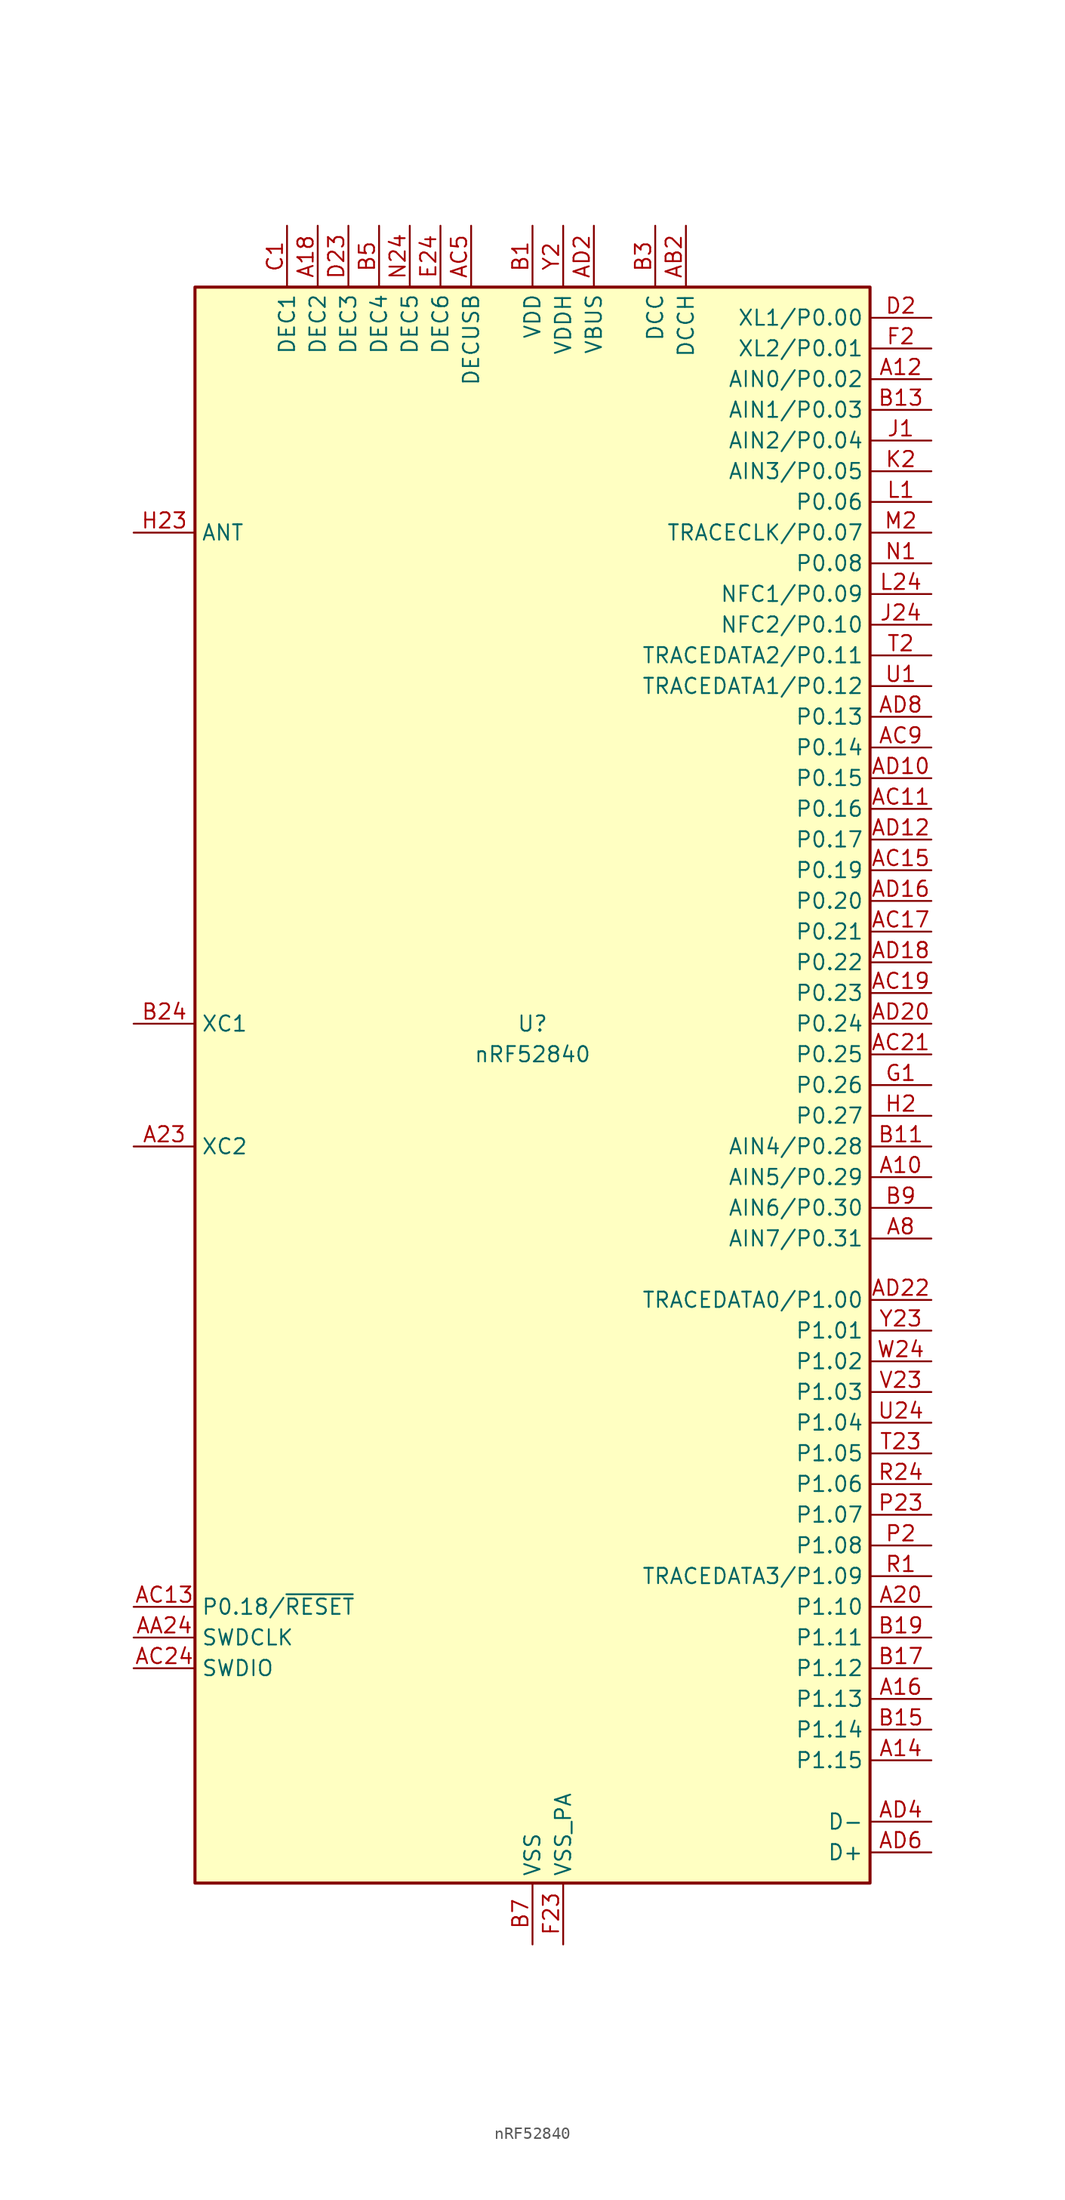
<source format=kicad_sym>
(kicad_symbol_lib
  (version 20201005)
  (generator kicad_symbol_editor)
  (symbol "nRF52840"
    (property "Reference" "U"
      (at 0 5.08 0)
      (effects (font (size 1.27 1.27))))
    (property "Value" "nRF52840"
      (at 0 2.54 0)
      (effects (font (size 1.27 1.27))))
    (symbol "nRF52840_0_1"
      (rectangle (start -27.94 66.04) (end 27.94 -66.04) (stroke (width 0.254)) (fill (type background))))
    (symbol "nRF52840_1_1"
      (pin bidirectional line (at 33.02 -7.62 180) (length 5.08) (name "AIN5/P0.29" (effects (font (size 1.27 1.27)))) (number "A10" (effects (font (size 1.27 1.27)))))
      (pin bidirectional line (at 33.02 58.42 180) (length 5.08) (name "AIN0/P0.02" (effects (font (size 1.27 1.27)))) (number "A12" (effects (font (size 1.27 1.27)))))
      (pin bidirectional line (at 33.02 -55.88 180) (length 5.08) (name "P1.15" (effects (font (size 1.27 1.27)))) (number "A14" (effects (font (size 1.27 1.27)))))
      (pin bidirectional line (at 33.02 -50.8 180) (length 5.08) (name "P1.13" (effects (font (size 1.27 1.27)))) (number "A16" (effects (font (size 1.27 1.27)))))
      (pin passive line (at -17.78 71.12 270) (length 5.08) (name "DEC2" (effects (font (size 1.27 1.27)))) (number "A18" (effects (font (size 1.27 1.27)))))
      (pin bidirectional line (at 33.02 -43.18 180) (length 5.08) (name "P1.10" (effects (font (size 1.27 1.27)))) (number "A20" (effects (font (size 1.27 1.27)))))
      (pin passive line (at 0 71.12 270) (length 5.08) hide (name "VDD" (effects (font (size 1.27 1.27)))) (number "A22" (effects (font (size 1.27 1.27)))))
      (pin input line (at -33.02 -5.08 0) (length 5.08) (name "XC2" (effects (font (size 1.27 1.27)))) (number "A23" (effects (font (size 1.27 1.27)))))
      (pin bidirectional line (at 33.02 -12.7 180) (length 5.08) (name "AIN7/P0.31" (effects (font (size 1.27 1.27)))) (number "A8" (effects (font (size 1.27 1.27)))))
      (pin input line (at -33.02 -45.72 0) (length 5.08) (name "SWDCLK" (effects (font (size 1.27 1.27)))) (number "AA24" (effects (font (size 1.27 1.27)))))
      (pin power_out line (at 12.7 71.12 270) (length 5.08) (name "DCCH" (effects (font (size 1.27 1.27)))) (number "AB2" (effects (font (size 1.27 1.27)))))
      (pin bidirectional line (at 33.02 22.86 180) (length 5.08) (name "P0.16" (effects (font (size 1.27 1.27)))) (number "AC11" (effects (font (size 1.27 1.27)))))
      (pin bidirectional line (at -33.02 -43.18 0) (length 5.08) (name "P0.18/~RESET" (effects (font (size 1.27 1.27)))) (number "AC13" (effects (font (size 1.27 1.27)))))
      (pin bidirectional line (at 33.02 17.78 180) (length 5.08) (name "P0.19" (effects (font (size 1.27 1.27)))) (number "AC15" (effects (font (size 1.27 1.27)))))
      (pin bidirectional line (at 33.02 12.7 180) (length 5.08) (name "P0.21" (effects (font (size 1.27 1.27)))) (number "AC17" (effects (font (size 1.27 1.27)))))
      (pin bidirectional line (at 33.02 7.62 180) (length 5.08) (name "P0.23" (effects (font (size 1.27 1.27)))) (number "AC19" (effects (font (size 1.27 1.27)))))
      (pin bidirectional line (at 33.02 2.54 180) (length 5.08) (name "P0.25" (effects (font (size 1.27 1.27)))) (number "AC21" (effects (font (size 1.27 1.27)))))
      (pin bidirectional line (at -33.02 -48.26 0) (length 5.08) (name "SWDIO" (effects (font (size 1.27 1.27)))) (number "AC24" (effects (font (size 1.27 1.27)))))
      (pin passive line (at -5.08 71.12 270) (length 5.08) (name "DECUSB" (effects (font (size 1.27 1.27)))) (number "AC5" (effects (font (size 1.27 1.27)))))
      (pin bidirectional line (at 33.02 27.94 180) (length 5.08) (name "P0.14" (effects (font (size 1.27 1.27)))) (number "AC9" (effects (font (size 1.27 1.27)))))
      (pin bidirectional line (at 33.02 25.4 180) (length 5.08) (name "P0.15" (effects (font (size 1.27 1.27)))) (number "AD10" (effects (font (size 1.27 1.27)))))
      (pin bidirectional line (at 33.02 20.32 180) (length 5.08) (name "P0.17" (effects (font (size 1.27 1.27)))) (number "AD12" (effects (font (size 1.27 1.27)))))
      (pin passive line (at 0 71.12 270) (length 5.08) hide (name "VDD" (effects (font (size 1.27 1.27)))) (number "AD14" (effects (font (size 1.27 1.27)))))
      (pin bidirectional line (at 33.02 15.24 180) (length 5.08) (name "P0.20" (effects (font (size 1.27 1.27)))) (number "AD16" (effects (font (size 1.27 1.27)))))
      (pin bidirectional line (at 33.02 10.16 180) (length 5.08) (name "P0.22" (effects (font (size 1.27 1.27)))) (number "AD18" (effects (font (size 1.27 1.27)))))
      (pin power_in line (at 5.08 71.12 270) (length 5.08) (name "VBUS" (effects (font (size 1.27 1.27)))) (number "AD2" (effects (font (size 1.27 1.27)))))
      (pin bidirectional line (at 33.02 5.08 180) (length 5.08) (name "P0.24" (effects (font (size 1.27 1.27)))) (number "AD20" (effects (font (size 1.27 1.27)))))
      (pin bidirectional line (at 33.02 -17.78 180) (length 5.08) (name "TRACEDATA0/P1.00" (effects (font (size 1.27 1.27)))) (number "AD22" (effects (font (size 1.27 1.27)))))
      (pin passive line (at 0 71.12 270) (length 5.08) hide (name "VDD" (effects (font (size 1.27 1.27)))) (number "AD23" (effects (font (size 1.27 1.27)))))
      (pin bidirectional line (at 33.02 -60.96 180) (length 5.08) (name "D-" (effects (font (size 1.27 1.27)))) (number "AD4" (effects (font (size 1.27 1.27)))))
      (pin bidirectional line (at 33.02 -63.5 180) (length 5.08) (name "D+" (effects (font (size 1.27 1.27)))) (number "AD6" (effects (font (size 1.27 1.27)))))
      (pin bidirectional line (at 33.02 30.48 180) (length 5.08) (name "P0.13" (effects (font (size 1.27 1.27)))) (number "AD8" (effects (font (size 1.27 1.27)))))
      (pin power_in line (at 0 71.12 270) (length 5.08) (name "VDD" (effects (font (size 1.27 1.27)))) (number "B1" (effects (font (size 1.27 1.27)))))
      (pin bidirectional line (at 33.02 -5.08 180) (length 5.08) (name "AIN4/P0.28" (effects (font (size 1.27 1.27)))) (number "B11" (effects (font (size 1.27 1.27)))))
      (pin bidirectional line (at 33.02 55.88 180) (length 5.08) (name "AIN1/P0.03" (effects (font (size 1.27 1.27)))) (number "B13" (effects (font (size 1.27 1.27)))))
      (pin bidirectional line (at 33.02 -53.34 180) (length 5.08) (name "P1.14" (effects (font (size 1.27 1.27)))) (number "B15" (effects (font (size 1.27 1.27)))))
      (pin bidirectional line (at 33.02 -48.26 180) (length 5.08) (name "P1.12" (effects (font (size 1.27 1.27)))) (number "B17" (effects (font (size 1.27 1.27)))))
      (pin bidirectional line (at 33.02 -45.72 180) (length 5.08) (name "P1.11" (effects (font (size 1.27 1.27)))) (number "B19" (effects (font (size 1.27 1.27)))))
      (pin input line (at -33.02 5.08 0) (length 5.08) (name "XC1" (effects (font (size 1.27 1.27)))) (number "B24" (effects (font (size 1.27 1.27)))))
      (pin power_out line (at 10.16 71.12 270) (length 5.08) (name "DCC" (effects (font (size 1.27 1.27)))) (number "B3" (effects (font (size 1.27 1.27)))))
      (pin passive line (at -12.7 71.12 270) (length 5.08) (name "DEC4" (effects (font (size 1.27 1.27)))) (number "B5" (effects (font (size 1.27 1.27)))))
      (pin power_in line (at 0 -71.12 90) (length 5.08) (name "VSS" (effects (font (size 1.27 1.27)))) (number "B7" (effects (font (size 1.27 1.27)))))
      (pin bidirectional line (at 33.02 -10.16 180) (length 5.08) (name "AIN6/P0.30" (effects (font (size 1.27 1.27)))) (number "B9" (effects (font (size 1.27 1.27)))))
      (pin passive line (at -20.32 71.12 270) (length 5.08) (name "DEC1" (effects (font (size 1.27 1.27)))) (number "C1" (effects (font (size 1.27 1.27)))))
      (pin bidirectional line (at 33.02 63.5 180) (length 5.08) (name "XL1/P0.00" (effects (font (size 1.27 1.27)))) (number "D2" (effects (font (size 1.27 1.27)))))
      (pin passive line (at -15.24 71.12 270) (length 5.08) (name "DEC3" (effects (font (size 1.27 1.27)))) (number "D23" (effects (font (size 1.27 1.27)))))
      (pin passive line (at -7.62 71.12 270) (length 5.08) (name "DEC6" (effects (font (size 1.27 1.27)))) (number "E24" (effects (font (size 1.27 1.27)))))
      (pin passive line (at 0 -71.12 90) (length 5.08) hide (name "VSS" (effects (font (size 1.27 1.27)))) (number "EP" (effects (font (size 1.27 1.27)))))
      (pin bidirectional line (at 33.02 60.96 180) (length 5.08) (name "XL2/P0.01" (effects (font (size 1.27 1.27)))) (number "F2" (effects (font (size 1.27 1.27)))))
      (pin power_in line (at 2.54 -71.12 90) (length 5.08) (name "VSS_PA" (effects (font (size 1.27 1.27)))) (number "F23" (effects (font (size 1.27 1.27)))))
      (pin bidirectional line (at 33.02 0 180) (length 5.08) (name "P0.26" (effects (font (size 1.27 1.27)))) (number "G1" (effects (font (size 1.27 1.27)))))
      (pin bidirectional line (at 33.02 -2.54 180) (length 5.08) (name "P0.27" (effects (font (size 1.27 1.27)))) (number "H2" (effects (font (size 1.27 1.27)))))
      (pin passive line (at -33.02 45.72 0) (length 5.08) (name "ANT" (effects (font (size 1.27 1.27)))) (number "H23" (effects (font (size 1.27 1.27)))))
      (pin bidirectional line (at 33.02 53.34 180) (length 5.08) (name "AIN2/P0.04" (effects (font (size 1.27 1.27)))) (number "J1" (effects (font (size 1.27 1.27)))))
      (pin bidirectional line (at 33.02 38.1 180) (length 5.08) (name "NFC2/P0.10" (effects (font (size 1.27 1.27)))) (number "J24" (effects (font (size 1.27 1.27)))))
      (pin bidirectional line (at 33.02 50.8 180) (length 5.08) (name "AIN3/P0.05" (effects (font (size 1.27 1.27)))) (number "K2" (effects (font (size 1.27 1.27)))))
      (pin bidirectional line (at 33.02 48.26 180) (length 5.08) (name "P0.06" (effects (font (size 1.27 1.27)))) (number "L1" (effects (font (size 1.27 1.27)))))
      (pin bidirectional line (at 33.02 40.64 180) (length 5.08) (name "NFC1/P0.09" (effects (font (size 1.27 1.27)))) (number "L24" (effects (font (size 1.27 1.27)))))
      (pin bidirectional line (at 33.02 45.72 180) (length 5.08) (name "TRACECLK/P0.07" (effects (font (size 1.27 1.27)))) (number "M2" (effects (font (size 1.27 1.27)))))
      (pin bidirectional line (at 33.02 43.18 180) (length 5.08) (name "P0.08" (effects (font (size 1.27 1.27)))) (number "N1" (effects (font (size 1.27 1.27)))))
      (pin passive line (at -10.16 71.12 270) (length 5.08) (name "DEC5" (effects (font (size 1.27 1.27)))) (number "N24" (effects (font (size 1.27 1.27)))))
      (pin bidirectional line (at 33.02 -38.1 180) (length 5.08) (name "P1.08" (effects (font (size 1.27 1.27)))) (number "P2" (effects (font (size 1.27 1.27)))))
      (pin bidirectional line (at 33.02 -35.56 180) (length 5.08) (name "P1.07" (effects (font (size 1.27 1.27)))) (number "P23" (effects (font (size 1.27 1.27)))))
      (pin bidirectional line (at 33.02 -40.64 180) (length 5.08) (name "TRACEDATA3/P1.09" (effects (font (size 1.27 1.27)))) (number "R1" (effects (font (size 1.27 1.27)))))
      (pin bidirectional line (at 33.02 -33.02 180) (length 5.08) (name "P1.06" (effects (font (size 1.27 1.27)))) (number "R24" (effects (font (size 1.27 1.27)))))
      (pin bidirectional line (at 33.02 35.56 180) (length 5.08) (name "TRACEDATA2/P0.11" (effects (font (size 1.27 1.27)))) (number "T2" (effects (font (size 1.27 1.27)))))
      (pin bidirectional line (at 33.02 -30.48 180) (length 5.08) (name "P1.05" (effects (font (size 1.27 1.27)))) (number "T23" (effects (font (size 1.27 1.27)))))
      (pin bidirectional line (at 33.02 33.02 180) (length 5.08) (name "TRACEDATA1/P0.12" (effects (font (size 1.27 1.27)))) (number "U1" (effects (font (size 1.27 1.27)))))
      (pin bidirectional line (at 33.02 -27.94 180) (length 5.08) (name "P1.04" (effects (font (size 1.27 1.27)))) (number "U24" (effects (font (size 1.27 1.27)))))
      (pin bidirectional line (at 33.02 -25.4 180) (length 5.08) (name "P1.03" (effects (font (size 1.27 1.27)))) (number "V23" (effects (font (size 1.27 1.27)))))
      (pin passive line (at 0 71.12 270) (length 5.08) hide (name "VDD" (effects (font (size 1.27 1.27)))) (number "W1" (effects (font (size 1.27 1.27)))))
      (pin bidirectional line (at 33.02 -22.86 180) (length 5.08) (name "P1.02" (effects (font (size 1.27 1.27)))) (number "W24" (effects (font (size 1.27 1.27)))))
      (pin power_in line (at 2.54 71.12 270) (length 5.08) (name "VDDH" (effects (font (size 1.27 1.27)))) (number "Y2" (effects (font (size 1.27 1.27)))))
      (pin bidirectional line (at 33.02 -20.32 180) (length 5.08) (name "P1.01" (effects (font (size 1.27 1.27)))) (number "Y23" (effects (font (size 1.27 1.27))))))))
</source>
